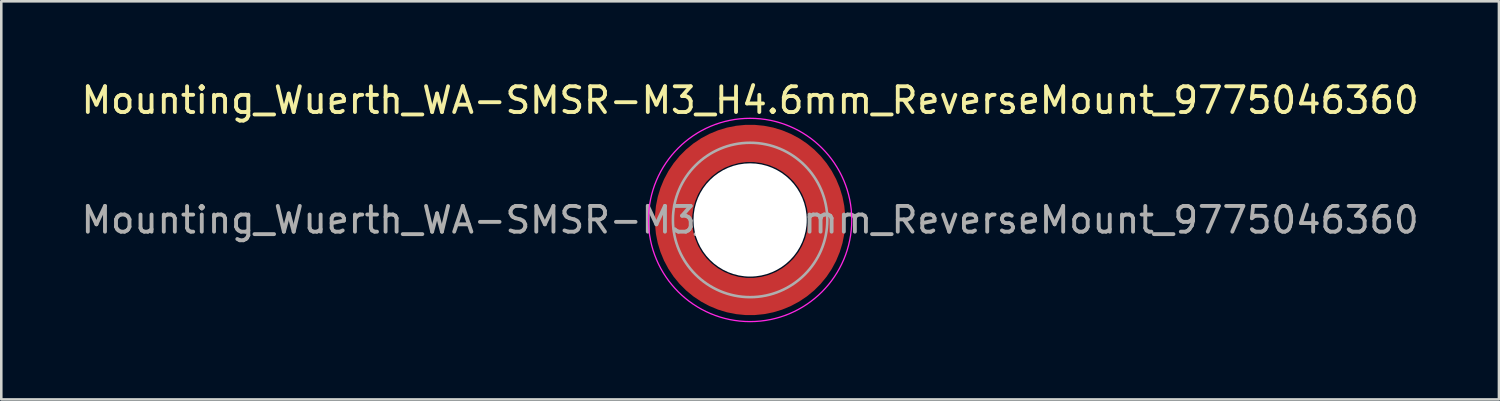
<source format=kicad_pcb>
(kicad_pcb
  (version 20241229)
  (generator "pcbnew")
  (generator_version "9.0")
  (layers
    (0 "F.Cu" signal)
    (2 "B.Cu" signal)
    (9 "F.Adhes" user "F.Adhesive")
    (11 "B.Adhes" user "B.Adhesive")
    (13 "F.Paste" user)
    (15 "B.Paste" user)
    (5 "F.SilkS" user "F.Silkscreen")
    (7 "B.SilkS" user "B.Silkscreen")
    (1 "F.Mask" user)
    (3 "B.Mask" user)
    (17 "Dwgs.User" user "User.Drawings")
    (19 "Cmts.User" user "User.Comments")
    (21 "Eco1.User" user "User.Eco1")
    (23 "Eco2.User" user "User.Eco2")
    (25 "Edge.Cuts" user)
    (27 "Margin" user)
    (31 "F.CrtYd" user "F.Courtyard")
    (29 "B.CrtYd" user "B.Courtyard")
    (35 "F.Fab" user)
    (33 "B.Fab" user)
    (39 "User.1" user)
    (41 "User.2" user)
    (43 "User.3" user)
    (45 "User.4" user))
  (footprint "Mounting_Wuerth_WA-SMSR-M3_H4.6mm_ReverseMount_9775046360"
    (layer "F.Cu")
    (at 26.101 5.498)
    (property "Reference" "Mounting_Wuerth_WA-SMSR-M3_H4.6mm_ReverseMount_9775046360" (at 0 -4.65 0) (layer "F.SilkS") (effects (font (size 1 1) (thickness 0.15))))
    (attr smd)
    (fp_circle (center 0 0) (end 3.95 0) (stroke (width 0.05) (type solid)) (fill no) (layer "F.CrtYd"))
    (fp_circle (center 0 0) (end 3 0) (stroke (width 0.1) (type solid)) (fill no) (layer "F.Fab"))
    (fp_text user "${REFERENCE}" (at 0 0 0) (layer "F.Fab") (effects (font (size 1 1) (thickness 0.15))))
    (pad "" smd custom (at -2.095 -2.095) (size 0.945 0.945) (layers "F.Paste") (options (anchor circle)) (primitives (gr_arc (start -0.24231 1.594804) (mid 0.404104 0.405534) (end 1.592827 -0.241886) (width 0.2)) (gr_arc (start -0.3398 1.594804) (mid 0.335987 0.338711) (end 1.591031 -0.339022) (width 0.2)) (gr_arc (start -0.437132 1.594804) (mid 0.268952 0.270807) (end 1.592231 -0.436623) (width 0.2)) (gr_arc (start -0.534324 1.594804) (mid 0.201345 0.203474) (end 1.591846 -0.53376) (width 0.2)) (gr_arc (start -0.631391 1.594804) (mid 0.134696 0.135183) (end 1.594126 -0.631267) (width 0.2)) (gr_arc (start -0.728345 1.594804) (mid 0.067234 0.067705) (end 1.594149 -0.728229) (width 0.2)) (gr_arc (start -0.825197 1.594804) (mid -0.001218 0.001219) (end 1.591408 -0.824614) (width 0.2)) (gr_arc (start -0.921958 1.594804) (mid -0.068952 -0.065985) (end 1.590665 -0.921269) (width 0.2)) (gr_arc (start -1.018637 1.594804) (mid -0.135972 -0.133906) (end 1.59192 -1.018172) (width 0.2)) (gr_arc (start -1.115239 1.594804) (mid -0.20428 -0.200537) (end 1.589574 -1.11442) (width 0.2)) (gr_arc (start -1.211773 1.594804) (mid -0.26993 -0.269828) (end 1.594662 -1.211752) (width 0.2)) (gr_arc (start -1.308244 1.594804) (mid -0.33911 -0.335587) (end 1.589875 -1.307516) (width 0.2)) (gr_arc (start -1.404657 1.594804) (mid -0.405633 -0.404004) (end 1.592524 -1.404331) (width 0.2)) (gr_arc (start -1.404657 1.594804) (mid -0.405633 -0.404004) (end 1.592524 -1.404331) (width 0.2)) (gr_line (start 1.595 -0.242) (end 1.595 -1.405) (width 0.2)) (gr_line (start -0.242 1.595) (end -1.405 1.595) (width 0.2))))
    (pad "" smd custom (at -2.095 2.095) (size 0.945 0.945) (layers "F.Paste") (options (anchor circle)) (primitives (gr_arc (start 1.594804 0.24231) (mid 0.405534 -0.404104) (end -0.241886 -1.592827) (width 0.2)) (gr_arc (start 1.594804 0.3398) (mid 0.338711 -0.335987) (end -0.339022 -1.591031) (width 0.2)) (gr_arc (start 1.594804 0.437132) (mid 0.270807 -0.268952) (end -0.436623 -1.592231) (width 0.2)) (gr_arc (start 1.594804 0.534324) (mid 0.203474 -0.201345) (end -0.53376 -1.591846) (width 0.2)) (gr_arc (start 1.594804 0.631391) (mid 0.135183 -0.134696) (end -0.631267 -1.594126) (width 0.2)) (gr_arc (start 1.594804 0.728345) (mid 0.067705 -0.067234) (end -0.728229 -1.594149) (width 0.2)) (gr_arc (start 1.594804 0.825197) (mid 0.001219 0.001218) (end -0.824614 -1.591408) (width 0.2)) (gr_arc (start 1.594804 0.921958) (mid -0.065985 0.068952) (end -0.921269 -1.590665) (width 0.2)) (gr_arc (start 1.594804 1.018637) (mid -0.133906 0.135972) (end -1.018172 -1.59192) (width 0.2)) (gr_arc (start 1.594804 1.115239) (mid -0.200537 0.20428) (end -1.11442 -1.589574) (width 0.2)) (gr_arc (start 1.594804 1.211773) (mid -0.269828 0.26993) (end -1.211752 -1.594662) (width 0.2)) (gr_arc (start 1.594804 1.308244) (mid -0.335587 0.33911) (end -1.307516 -1.589875) (width 0.2)) (gr_arc (start 1.594804 1.404657) (mid -0.404004 0.405633) (end -1.404331 -1.592524) (width 0.2)) (gr_arc (start 1.594804 1.404657) (mid -0.404004 0.405633) (end -1.404331 -1.592524) (width 0.2)) (gr_line (start -0.242 -1.595) (end -1.405 -1.595) (width 0.2)) (gr_line (start 1.595 0.242) (end 1.595 1.405) (width 0.2))))
    (pad "" np_thru_hole circle (at 0 0) (size 4.4 4.4) (drill 4.4) (layers "*.Cu" "*.Mask"))
    (pad "" smd custom (at 2.095 -2.095) (size 0.945 0.945) (layers "F.Paste") (options (anchor circle)) (primitives (gr_arc (start -1.594804 -0.24231) (mid -0.405534 0.404104) (end 0.241886 1.592827) (width 0.2)) (gr_arc (start -1.594804 -0.3398) (mid -0.338711 0.335987) (end 0.339022 1.591031) (width 0.2)) (gr_arc (start -1.594804 -0.437132) (mid -0.270807 0.268952) (end 0.436623 1.592231) (width 0.2)) (gr_arc (start -1.594804 -0.534324) (mid -0.203474 0.201345) (end 0.53376 1.591846) (width 0.2)) (gr_arc (start -1.594804 -0.631391) (mid -0.135183 0.134696) (end 0.631267 1.594126) (width 0.2)) (gr_arc (start -1.594804 -0.728345) (mid -0.067705 0.067234) (end 0.728229 1.594149) (width 0.2)) (gr_arc (start -1.594804 -0.825197) (mid -0.001219 -0.001218) (end 0.824614 1.591408) (width 0.2)) (gr_arc (start -1.594804 -0.921958) (mid 0.065985 -0.068952) (end 0.921269 1.590665) (width 0.2)) (gr_arc (start -1.594804 -1.018637) (mid 0.133906 -0.135972) (end 1.018172 1.59192) (width 0.2)) (gr_arc (start -1.594804 -1.115239) (mid 0.200537 -0.20428) (end 1.11442 1.589574) (width 0.2)) (gr_arc (start -1.594804 -1.211773) (mid 0.269828 -0.26993) (end 1.211752 1.594662) (width 0.2)) (gr_arc (start -1.594804 -1.308244) (mid 0.335587 -0.33911) (end 1.307516 1.589875) (width 0.2)) (gr_arc (start -1.594804 -1.404657) (mid 0.404004 -0.405633) (end 1.404331 1.592524) (width 0.2)) (gr_arc (start -1.594804 -1.404657) (mid 0.404004 -0.405633) (end 1.404331 1.592524) (width 0.2)) (gr_line (start 0.242 1.595) (end 1.405 1.595) (width 0.2)) (gr_line (start -1.595 -0.242) (end -1.595 -1.405) (width 0.2))))
    (pad "" smd custom (at 2.095 2.095) (size 0.945 0.945) (layers "F.Paste") (options (anchor circle)) (primitives (gr_arc (start 0.24231 -1.594804) (mid -0.404104 -0.405534) (end -1.592827 0.241886) (width 0.2)) (gr_arc (start 0.3398 -1.594804) (mid -0.335987 -0.338711) (end -1.591031 0.339022) (width 0.2)) (gr_arc (start 0.437132 -1.594804) (mid -0.268952 -0.270807) (end -1.592231 0.436623) (width 0.2)) (gr_arc (start 0.534324 -1.594804) (mid -0.201345 -0.203474) (end -1.591846 0.53376) (width 0.2)) (gr_arc (start 0.631391 -1.594804) (mid -0.134696 -0.135183) (end -1.594126 0.631267) (width 0.2)) (gr_arc (start 0.728345 -1.594804) (mid -0.067234 -0.067705) (end -1.594149 0.728229) (width 0.2)) (gr_arc (start 0.825197 -1.594804) (mid 0.001218 -0.001219) (end -1.591408 0.824614) (width 0.2)) (gr_arc (start 0.921958 -1.594804) (mid 0.068952 0.065985) (end -1.590665 0.921269) (width 0.2)) (gr_arc (start 1.018637 -1.594804) (mid 0.135972 0.133906) (end -1.59192 1.018172) (width 0.2)) (gr_arc (start 1.115239 -1.594804) (mid 0.20428 0.200537) (end -1.589574 1.11442) (width 0.2)) (gr_arc (start 1.211773 -1.594804) (mid 0.26993 0.269828) (end -1.594662 1.211752) (width 0.2)) (gr_arc (start 1.308244 -1.594804) (mid 0.33911 0.335587) (end -1.589875 1.307516) (width 0.2)) (gr_arc (start 1.404657 -1.594804) (mid 0.405633 0.404004) (end -1.592524 1.404331) (width 0.2)) (gr_arc (start 1.404657 -1.594804) (mid 0.405633 0.404004) (end -1.592524 1.404331) (width 0.2)) (gr_line (start -1.595 0.242) (end -1.595 1.405) (width 0.2)) (gr_line (start 0.242 -1.595) (end 1.405 -1.595) (width 0.2))))
    (pad "1" smd circle (at -2.975 0) (size 1.05 1.05) (layers "F.Cu"))
    (pad "1" smd circle (at 0 -2.975) (size 1.05 1.05) (layers "F.Cu"))
    (pad "1" smd circle (at 0 2.975) (size 1.05 1.05) (layers "F.Cu"))
    (pad "1" smd custom (at 2.975 0) (size 1.05 1.05) (layers "F.Cu" "F.Mask") (options (anchor circle)) (primitives (gr_circle (center -2.975 0) (end 0 0) (width 1.45) (fill no)))))
  (gr_rect
    (start -3 -3)
    (end 55.202 12.473)
    (stroke (width 0.1) (type default))
    (fill no)
    (layer "Edge.Cuts")))
</source>
